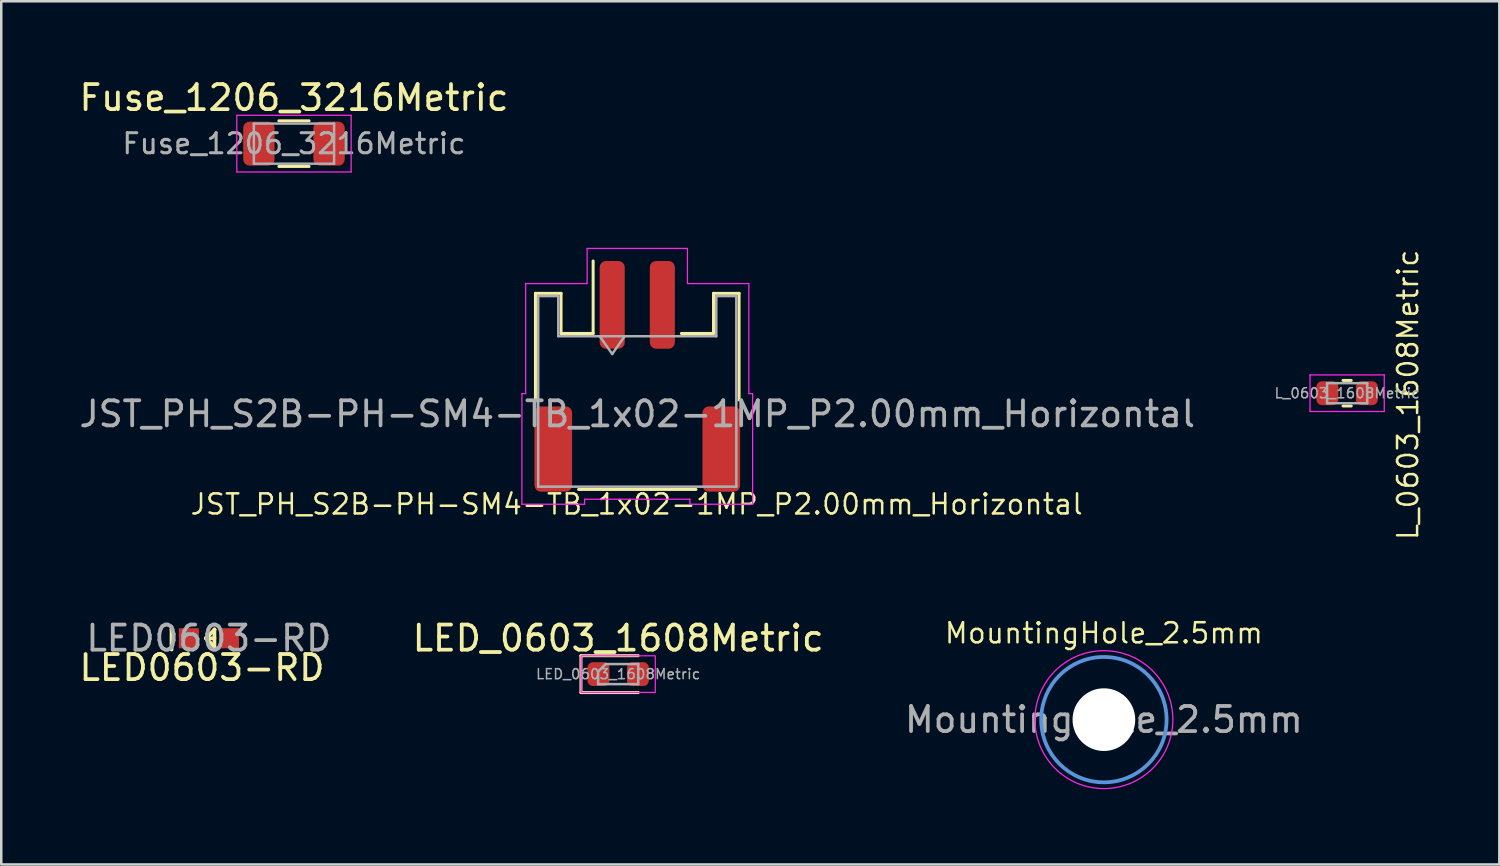
<source format=kicad_pcb>
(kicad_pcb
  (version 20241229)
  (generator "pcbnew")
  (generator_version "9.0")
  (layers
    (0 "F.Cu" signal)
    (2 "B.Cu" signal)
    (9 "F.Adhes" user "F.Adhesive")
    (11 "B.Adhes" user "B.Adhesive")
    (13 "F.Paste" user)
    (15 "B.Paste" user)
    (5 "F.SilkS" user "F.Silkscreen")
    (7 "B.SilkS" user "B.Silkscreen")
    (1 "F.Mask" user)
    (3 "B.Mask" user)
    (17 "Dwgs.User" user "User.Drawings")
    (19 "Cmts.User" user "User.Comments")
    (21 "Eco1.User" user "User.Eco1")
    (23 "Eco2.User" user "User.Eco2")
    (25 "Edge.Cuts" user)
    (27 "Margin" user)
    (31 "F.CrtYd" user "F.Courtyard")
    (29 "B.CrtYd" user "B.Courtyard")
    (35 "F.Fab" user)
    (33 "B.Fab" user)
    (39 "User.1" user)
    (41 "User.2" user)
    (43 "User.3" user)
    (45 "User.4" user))
  (footprint "L_0603_1608Metric"
    (layer "F.Cu")
    (at 50.671 12.63)
    (property "Reference" "L_0603_1608Metric" (at 2.425 0.064 90) (layer "F.SilkS") (effects (font (size 0.8 0.8) (thickness 0.1))))
    (attr smd)
    (fp_line (start -0.163 -0.51) (end 0.163 -0.51) (stroke (width 0.12) (type solid)) (layer "F.SilkS"))
    (fp_line (start -0.163 0.51) (end 0.163 0.51) (stroke (width 0.12) (type solid)) (layer "F.SilkS"))
    (fp_line (start -1.48 -0.73) (end 1.48 -0.73) (stroke (width 0.05) (type solid)) (layer "F.CrtYd"))
    (fp_line (start -1.48 0.73) (end -1.48 -0.73) (stroke (width 0.05) (type solid)) (layer "F.CrtYd"))
    (fp_line (start 1.48 -0.73) (end 1.48 0.73) (stroke (width 0.05) (type solid)) (layer "F.CrtYd"))
    (fp_line (start 1.48 0.73) (end -1.48 0.73) (stroke (width 0.05) (type solid)) (layer "F.CrtYd"))
    (fp_line (start -0.8 -0.4) (end 0.8 -0.4) (stroke (width 0.1) (type solid)) (layer "F.Fab"))
    (fp_line (start -0.8 0.4) (end -0.8 -0.4) (stroke (width 0.1) (type solid)) (layer "F.Fab"))
    (fp_line (start 0.8 -0.4) (end 0.8 0.4) (stroke (width 0.1) (type solid)) (layer "F.Fab"))
    (fp_line (start 0.8 0.4) (end -0.8 0.4) (stroke (width 0.1) (type solid)) (layer "F.Fab"))
    (fp_text user "${REFERENCE}" (at 0 0 180) (layer "F.Fab") (effects (font (size 0.4 0.4) (thickness 0.06))))
    (pad "1" smd roundrect (at -0.787 0) (size 0.875 0.95) (layers "F.Cu" "F.Mask" "F.Paste") (roundrect_rratio 0.25))
    (pad "2" smd roundrect (at 0.787 0) (size 0.875 0.95) (layers "F.Cu" "F.Mask" "F.Paste") (roundrect_rratio 0.25)))
  (footprint "LED_0603_1608Metric"
    (layer "F.Cu")
    (at 21.602 23.832)
    (property "Reference" "LED_0603_1608Metric" (at 0 -1.43 0) (layer "F.SilkS") (effects (font (size 1 1) (thickness 0.15))))
    (attr smd)
    (fp_line (start -1.485 -0.735) (end -1.485 0.735) (stroke (width 0.12) (type solid)) (layer "F.SilkS"))
    (fp_line (start -1.485 0.735) (end 0.8 0.735) (stroke (width 0.12) (type solid)) (layer "F.SilkS"))
    (fp_line (start 0.8 -0.735) (end -1.485 -0.735) (stroke (width 0.12) (type solid)) (layer "F.SilkS"))
    (fp_rect (start -1.48 -0.73) (end 1.48 0.73) (stroke (width 0.05) (type solid)) (fill no) (layer "F.CrtYd"))
    (fp_line (start -0.8 -0.1) (end -0.8 0.4) (stroke (width 0.1) (type solid)) (layer "F.Fab"))
    (fp_line (start -0.8 0.4) (end 0.8 0.4) (stroke (width 0.1) (type solid)) (layer "F.Fab"))
    (fp_line (start -0.5 -0.4) (end -0.8 -0.1) (stroke (width 0.1) (type solid)) (layer "F.Fab"))
    (fp_line (start 0.8 -0.4) (end -0.5 -0.4) (stroke (width 0.1) (type solid)) (layer "F.Fab"))
    (fp_line (start 0.8 0.4) (end 0.8 -0.4) (stroke (width 0.1) (type solid)) (layer "F.Fab"))
    (fp_text user "${REFERENCE}" (at 0 0 0) (layer "F.Fab") (effects (font (size 0.4 0.4) (thickness 0.06))))
    (pad "1" smd roundrect (at -0.787 0) (size 0.875 0.95) (layers "F.Cu" "F.Mask" "F.Paste") (roundrect_rratio 0.25))
    (pad "2" smd roundrect (at 0.787 0) (size 0.875 0.95) (layers "F.Cu" "F.Mask" "F.Paste") (roundrect_rratio 0.25)))
  (footprint "JST_PH_S2B-PH-SM4-TB_1x02-1MP_P2.00mm_Horizontal"
    (layer "F.Cu")
    (at 22.363 11.958)
    (property "Reference" "JST_PH_S2B-PH-SM4-TB_1x02-1MP_P2.00mm_Horizontal" (at -0.025 5.1 0) (unlocked yes) (layer "F.SilkS") (effects (font (size 0.8 0.8) (thickness 0.1))))
    (attr smd)
    (fp_line (start -4.06 -3.31) (end -3.04 -3.31) (stroke (width 0.12) (type solid)) (layer "F.SilkS"))
    (fp_line (start -4.06 0.94) (end -4.06 -3.31) (stroke (width 0.12) (type solid)) (layer "F.SilkS"))
    (fp_line (start -3.04 -3.31) (end -3.04 -1.71) (stroke (width 0.12) (type solid)) (layer "F.SilkS"))
    (fp_line (start -3.04 -1.71) (end -1.76 -1.71) (stroke (width 0.12) (type solid)) (layer "F.SilkS"))
    (fp_line (start -2.34 4.51) (end 2.34 4.51) (stroke (width 0.12) (type solid)) (layer "F.SilkS"))
    (fp_line (start -1.76 -1.71) (end -1.76 -4.6) (stroke (width 0.12) (type solid)) (layer "F.SilkS"))
    (fp_line (start 3.04 -3.31) (end 3.04 -1.71) (stroke (width 0.12) (type solid)) (layer "F.SilkS"))
    (fp_line (start 3.04 -1.71) (end 1.76 -1.71) (stroke (width 0.12) (type solid)) (layer "F.SilkS"))
    (fp_line (start 4.06 -3.31) (end 3.04 -3.31) (stroke (width 0.12) (type solid)) (layer "F.SilkS"))
    (fp_line (start 4.06 0.94) (end 4.06 -3.31) (stroke (width 0.12) (type solid)) (layer "F.SilkS"))
    (fp_line (start -4.6 0.69) (end -4.45 0.69) (stroke (width 0.05) (type solid)) (layer "F.CrtYd"))
    (fp_line (start -4.6 5.1) (end -4.6 0.69) (stroke (width 0.05) (type solid)) (layer "F.CrtYd"))
    (fp_line (start -4.45 -3.7) (end -2 -3.7) (stroke (width 0.05) (type solid)) (layer "F.CrtYd"))
    (fp_line (start -4.45 0.69) (end -4.45 -3.7) (stroke (width 0.05) (type solid)) (layer "F.CrtYd"))
    (fp_line (start -2.1 4.9) (end -2.1 5.1) (stroke (width 0.05) (type solid)) (layer "F.CrtYd"))
    (fp_line (start -2.1 5.1) (end -4.6 5.1) (stroke (width 0.05) (type solid)) (layer "F.CrtYd"))
    (fp_line (start -2 -5.1) (end 2 -5.1) (stroke (width 0.05) (type solid)) (layer "F.CrtYd"))
    (fp_line (start -2 -3.7) (end -2 -5.1) (stroke (width 0.05) (type solid)) (layer "F.CrtYd"))
    (fp_line (start 2 -5.1) (end 2 -3.7) (stroke (width 0.05) (type solid)) (layer "F.CrtYd"))
    (fp_line (start 2 -3.7) (end 4.45 -3.7) (stroke (width 0.05) (type solid)) (layer "F.CrtYd"))
    (fp_line (start 2.1 4.9) (end -2.1 4.9) (stroke (width 0.05) (type solid)) (layer "F.CrtYd"))
    (fp_line (start 2.1 5.1) (end 2.1 4.9) (stroke (width 0.05) (type solid)) (layer "F.CrtYd"))
    (fp_line (start 4.45 -3.7) (end 4.45 0.69) (stroke (width 0.05) (type solid)) (layer "F.CrtYd"))
    (fp_line (start 4.45 0.69) (end 4.6 0.69) (stroke (width 0.05) (type solid)) (layer "F.CrtYd"))
    (fp_line (start 4.6 0.69) (end 4.6 5.1) (stroke (width 0.05) (type solid)) (layer "F.CrtYd"))
    (fp_line (start 4.6 5.1) (end 2.1 5.1) (stroke (width 0.05) (type solid)) (layer "F.CrtYd"))
    (fp_line (start -3.95 -3.2) (end -3.95 4.4) (stroke (width 0.1) (type solid)) (layer "F.Fab"))
    (fp_line (start -3.95 -3.2) (end -3.15 -3.2) (stroke (width 0.1) (type solid)) (layer "F.Fab"))
    (fp_line (start -3.95 4.4) (end 3.95 4.4) (stroke (width 0.1) (type solid)) (layer "F.Fab"))
    (fp_line (start -3.15 -3.2) (end -3.15 -1.6) (stroke (width 0.1) (type solid)) (layer "F.Fab"))
    (fp_line (start -3.15 -1.6) (end 3.15 -1.6) (stroke (width 0.1) (type solid)) (layer "F.Fab"))
    (fp_line (start -1.5 -1.6) (end -1 -0.893) (stroke (width 0.1) (type solid)) (layer "F.Fab"))
    (fp_line (start -1 -0.893) (end -0.5 -1.6) (stroke (width 0.1) (type solid)) (layer "F.Fab"))
    (fp_line (start 3.15 -3.2) (end 3.95 -3.2) (stroke (width 0.1) (type solid)) (layer "F.Fab"))
    (fp_line (start 3.15 -1.6) (end 3.15 -3.2) (stroke (width 0.1) (type solid)) (layer "F.Fab"))
    (fp_line (start 3.95 -3.2) (end 3.95 4.4) (stroke (width 0.1) (type solid)) (layer "F.Fab"))
    (fp_text user "${REFERENCE}" (at 0 1.5 180) (layer "F.Fab") (effects (font (size 1 1) (thickness 0.15))))
    (pad "1" smd roundrect (at -1 -2.85) (size 1 3.5) (layers "F.Cu" "F.Mask" "F.Paste") (roundrect_rratio 0.25))
    (pad "2" smd roundrect (at 1 -2.85) (size 1 3.5) (layers "F.Cu" "F.Mask" "F.Paste") (roundrect_rratio 0.25))
    (pad "GND" smd roundrect (at -3.35 2.9) (size 1.5 3.4) (layers "F.Cu" "F.Mask" "F.Paste") (roundrect_rratio 0.167))
    (pad "GND" smd roundrect (at 3.35 2.9) (size 1.5 3.4) (layers "F.Cu" "F.Mask" "F.Paste") (roundrect_rratio 0.167)))
  (footprint "LED0603-RD"
    (layer "F.Cu")
    (at 5.281 22.402)
    (property "Reference" "LED0603-RD" (at -0.275 1.175 0) (layer "F.SilkS") (effects (font (size 1 1) (thickness 0.15))))
    (attr smd)
    (fp_line (start -1.49 -0.35) (end -1.49 -0.45) (stroke (width 0.15) (type solid)) (layer "F.SilkS"))
    (fp_line (start -1.49 -0.35) (end -1.49 0.35) (stroke (width 0.15) (type solid)) (layer "F.SilkS"))
    (fp_line (start -1.49 0.35) (end -1.49 0.45) (stroke (width 0.15) (type solid)) (layer "F.SilkS"))
    (fp_line (start 0.21 0.33) (end -0.12 0) (stroke (width 0.15) (type solid)) (layer "F.SilkS"))
    (fp_line (start 0.22 0) (end -0.12 0) (stroke (width 0.15) (type solid)) (layer "F.SilkS"))
    (fp_line (start 0.22 -0.35) (end 0.22 -0.34) (stroke (width 0.15) (type solid)) (layer "F.SilkS"))
    (fp_line (start 0.22 -0.35) (end 0.22 0.33) (stroke (width 0.15) (type solid)) (layer "F.SilkS"))
    (fp_line (start 0.22 -0.34) (end -0.12 0) (stroke (width 0.15) (type solid)) (layer "F.SilkS"))
    (fp_line (start 0.22 0.33) (end 0.21 0.33) (stroke (width 0.15) (type solid)) (layer "F.SilkS"))
    (fp_circle (center -0.8 0.4) (end -0.77 0.4) (stroke (width 0.06) (type solid)) (fill no) (layer "F.Fab"))
    (fp_text user "${REFERENCE}" (at 0 0 0) (layer "F.Fab") (effects (font (size 1 1) (thickness 0.15))))
    (pad "1" smd rect (at -0.8 0 90) (size 0.8 0.8) (layers "F.Cu" "F.Mask" "F.Paste"))
    (pad "2" smd rect (at 0.8 0 90) (size 0.8 0.8) (layers "F.Cu" "F.Mask" "F.Paste")))
  (footprint "MountingHole_2.5mm"
    (layer "F.Cu")
    (at 40.971 25.648)
    (property "Reference" "MountingHole_2.5mm" (at 0 -3.45 0) (layer "F.SilkS") (effects (font (size 0.8 0.8) (thickness 0.1))))
    (attr exclude_from_pos_files exclude_from_bom)
    (fp_circle (center 0 0) (end 2.5 0) (stroke (width 0.15) (type solid)) (fill no) (layer "Cmts.User"))
    (fp_circle (center 0 0) (end 2.75 0) (stroke (width 0.05) (type solid)) (fill no) (layer "F.CrtYd"))
    (fp_text user "${REFERENCE}" (at 0 0 0) (layer "F.Fab") (effects (font (size 1 1) (thickness 0.15))))
    (pad "" np_thru_hole circle (at 0 0) (size 2.5 2.5) (drill 2.5) (layers "*.Cu" "*.Mask")))
  (footprint "Fuse_1206_3216Metric"
    (layer "F.Cu")
    (at 8.673 2.678)
    (property "Reference" "Fuse_1206_3216Metric" (at 0 -1.83 180) (layer "F.SilkS") (effects (font (size 1 1) (thickness 0.15))))
    (attr smd)
    (fp_line (start -0.602 -0.91) (end 0.602 -0.91) (stroke (width 0.12) (type solid)) (layer "F.SilkS"))
    (fp_line (start -0.602 0.91) (end 0.602 0.91) (stroke (width 0.12) (type solid)) (layer "F.SilkS"))
    (fp_line (start -2.28 -1.13) (end 2.28 -1.13) (stroke (width 0.05) (type solid)) (layer "F.CrtYd"))
    (fp_line (start -2.28 1.13) (end -2.28 -1.13) (stroke (width 0.05) (type solid)) (layer "F.CrtYd"))
    (fp_line (start 2.28 -1.13) (end 2.28 1.13) (stroke (width 0.05) (type solid)) (layer "F.CrtYd"))
    (fp_line (start 2.28 1.13) (end -2.28 1.13) (stroke (width 0.05) (type solid)) (layer "F.CrtYd"))
    (fp_line (start -1.6 -0.8) (end 1.6 -0.8) (stroke (width 0.1) (type solid)) (layer "F.Fab"))
    (fp_line (start -1.6 0.8) (end -1.6 -0.8) (stroke (width 0.1) (type solid)) (layer "F.Fab"))
    (fp_line (start 1.6 -0.8) (end 1.6 0.8) (stroke (width 0.1) (type solid)) (layer "F.Fab"))
    (fp_line (start 1.6 0.8) (end -1.6 0.8) (stroke (width 0.1) (type solid)) (layer "F.Fab"))
    (fp_text user "${REFERENCE}" (at 0 0 180) (layer "F.Fab") (effects (font (size 0.8 0.8) (thickness 0.12))))
    (pad "1" smd roundrect (at -1.4 0) (size 1.25 1.75) (layers "F.Cu" "F.Mask" "F.Paste") (roundrect_rratio 0.2))
    (pad "2" smd roundrect (at 1.4 0) (size 1.25 1.75) (layers "F.Cu" "F.Mask" "F.Paste") (roundrect_rratio 0.2)))
  (gr_rect
    (start -3 -3)
    (end 56.74 31.423)
    (stroke (width 0.1) (type default))
    (fill no)
    (layer "Edge.Cuts")))
</source>
